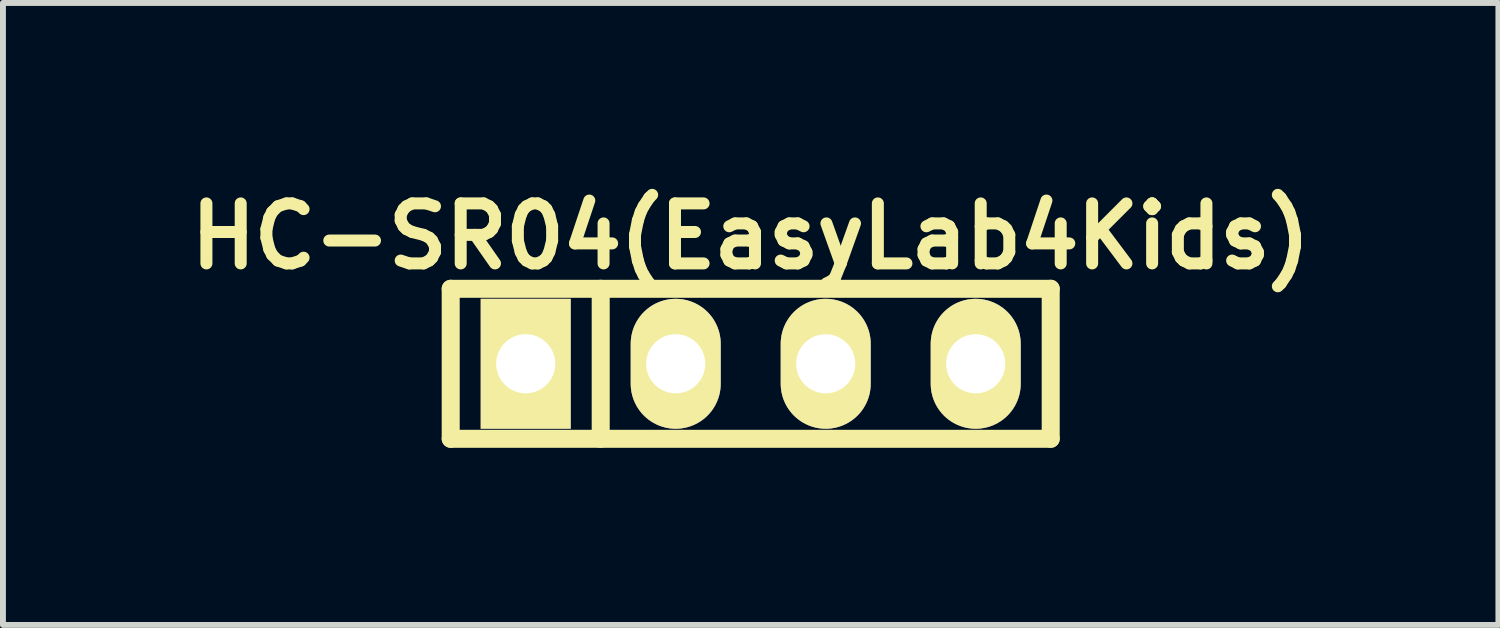
<source format=kicad_pcb>
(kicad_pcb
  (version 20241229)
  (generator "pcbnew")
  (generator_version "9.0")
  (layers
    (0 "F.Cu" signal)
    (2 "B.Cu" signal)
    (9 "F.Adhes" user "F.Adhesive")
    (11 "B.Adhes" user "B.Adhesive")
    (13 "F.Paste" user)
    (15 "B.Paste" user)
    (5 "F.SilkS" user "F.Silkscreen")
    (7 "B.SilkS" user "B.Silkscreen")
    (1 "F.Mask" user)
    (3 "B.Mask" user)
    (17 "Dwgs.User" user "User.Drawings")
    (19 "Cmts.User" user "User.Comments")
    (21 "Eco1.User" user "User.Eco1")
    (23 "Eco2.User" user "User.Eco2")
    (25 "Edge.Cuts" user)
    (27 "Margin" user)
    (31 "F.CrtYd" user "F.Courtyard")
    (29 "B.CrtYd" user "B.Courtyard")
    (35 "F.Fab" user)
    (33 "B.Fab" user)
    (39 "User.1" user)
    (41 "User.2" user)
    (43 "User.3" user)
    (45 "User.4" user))
  (footprint "HC-SR04(EasyLab4Kids)"
    (layer "F.Cu")
    (at 9.662 3.11)
    (property "Reference" "HC-SR04(EasyLab4Kids)" (at 0 -2.159 0) (layer "F.SilkS") (effects (font (size 1.016 1.016) (thickness 0.203))))
    (attr through_hole)
    (fp_line (start -5.08 -1.27) (end 5.08 -1.27) (stroke (width 0.305) (type solid)) (layer "F.SilkS"))
    (fp_line (start -5.08 1.27) (end -5.08 -1.27) (stroke (width 0.305) (type solid)) (layer "F.SilkS"))
    (fp_line (start -2.54 -1.27) (end -2.54 1.27) (stroke (width 0.305) (type solid)) (layer "F.SilkS"))
    (fp_line (start 5.08 -1.27) (end 5.08 1.27) (stroke (width 0.305) (type solid)) (layer "F.SilkS"))
    (fp_line (start 5.08 1.27) (end -5.08 1.27) (stroke (width 0.305) (type solid)) (layer "F.SilkS"))
    (pad "1" thru_hole rect (at -3.81 0) (size 1.524 2.2) (drill 1.001) (layers "*.Cu" "*.Mask" "F.SilkS"))
    (pad "2" thru_hole oval (at -1.27 0) (size 1.524 2.2) (drill 1.001) (layers "*.Cu" "*.Mask" "F.SilkS"))
    (pad "3" thru_hole oval (at 1.27 0) (size 1.524 2.2) (drill 1.001) (layers "*.Cu" "*.Mask" "F.SilkS"))
    (pad "4" thru_hole oval (at 3.81 0) (size 1.524 2.2) (drill 1.001) (layers "*.Cu" "*.Mask" "F.SilkS")))
  (gr_rect
    (start -3 -3)
    (end 22.323 7.532)
    (stroke (width 0.1) (type default))
    (fill no)
    (layer "Edge.Cuts")))
</source>
